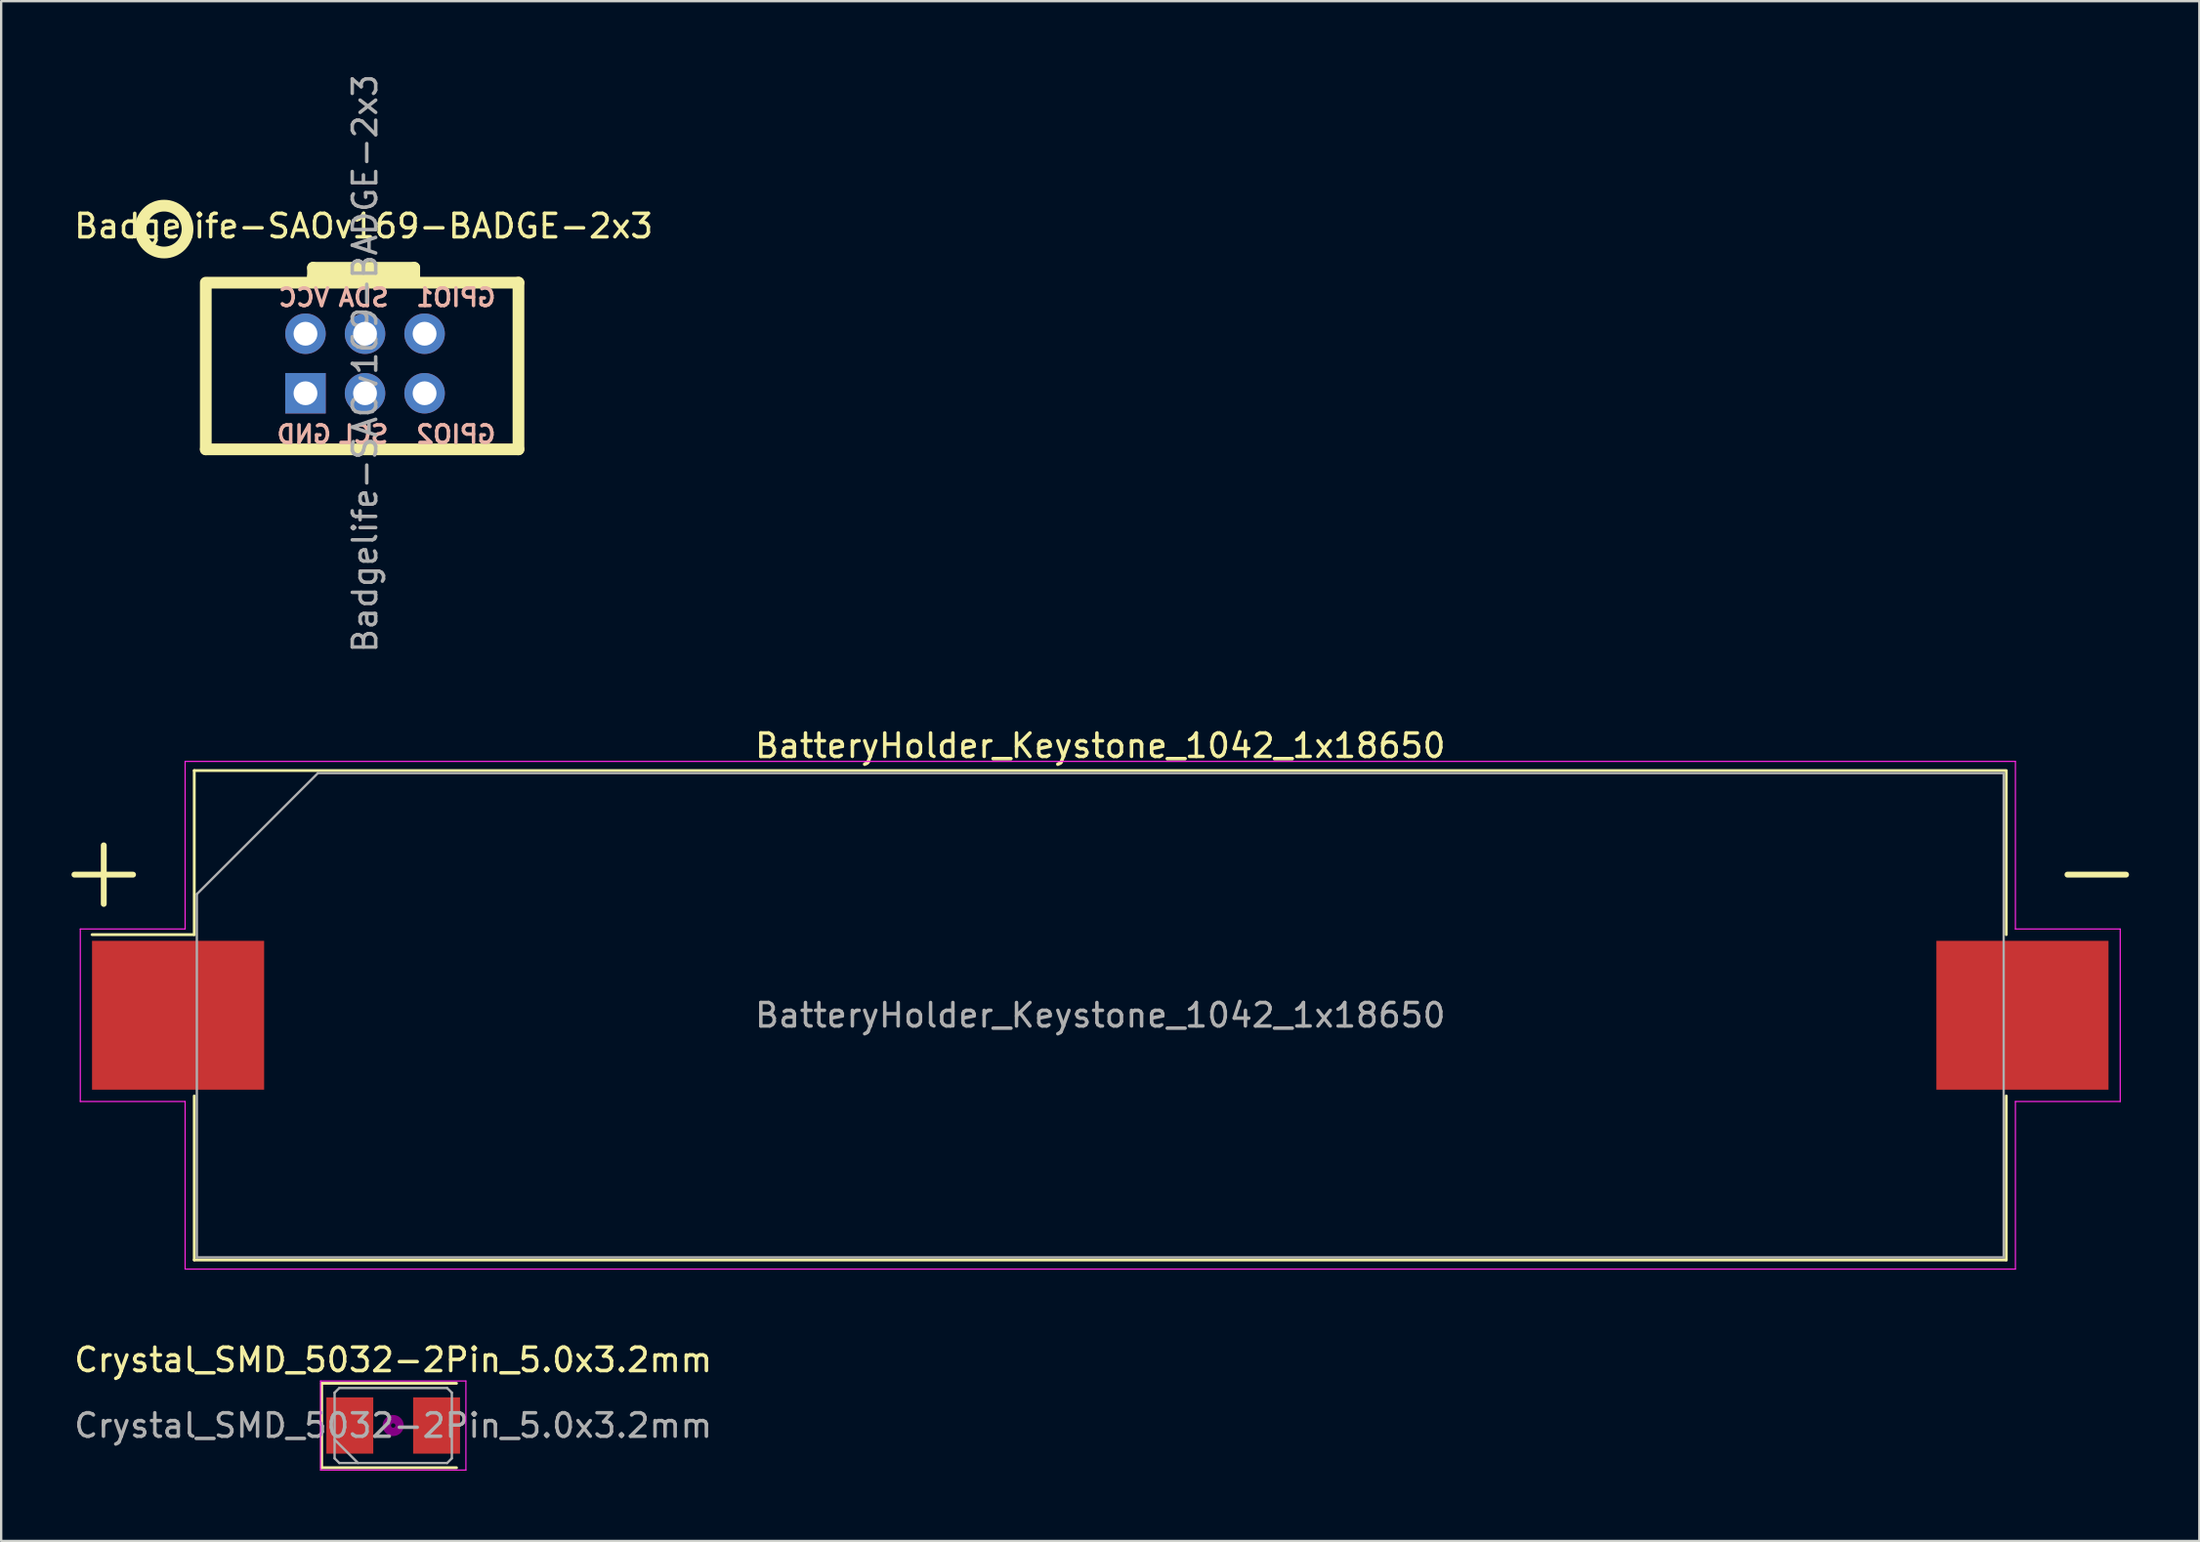
<source format=kicad_pcb>
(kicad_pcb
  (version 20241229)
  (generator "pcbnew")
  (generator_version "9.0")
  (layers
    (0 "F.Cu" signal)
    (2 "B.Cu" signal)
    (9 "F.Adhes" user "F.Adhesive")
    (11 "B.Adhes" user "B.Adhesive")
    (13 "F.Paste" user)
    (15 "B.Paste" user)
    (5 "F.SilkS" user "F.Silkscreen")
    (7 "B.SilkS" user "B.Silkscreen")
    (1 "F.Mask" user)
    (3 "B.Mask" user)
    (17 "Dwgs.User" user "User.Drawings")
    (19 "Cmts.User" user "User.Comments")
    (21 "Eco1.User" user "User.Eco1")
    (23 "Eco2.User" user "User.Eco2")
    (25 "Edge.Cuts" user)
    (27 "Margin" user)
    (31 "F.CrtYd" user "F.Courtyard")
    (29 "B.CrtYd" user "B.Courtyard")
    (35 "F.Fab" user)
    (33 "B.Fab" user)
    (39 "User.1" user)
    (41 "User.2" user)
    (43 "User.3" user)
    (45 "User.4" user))
  (footprint "Badgelife-SAOv169-BADGE-2x3"
    (layer "F.Cu")
    (at 12.458 12.438)
    (property "Reference" "Badgelife-SAOv169-BADGE-2x3" (at 0 -5.842 0) (layer "F.SilkS") (effects (font (size 1 1) (thickness 0.15))))
    (attr through_hole)
    (fp_line (start -6.731 3.683) (end -6.731 -3.429) (stroke (width 0.5) (type solid)) (layer "F.SilkS"))
    (fp_line (start -6.604 -3.429) (end 6.604 -3.429) (stroke (width 0.5) (type solid)) (layer "F.SilkS"))
    (fp_line (start -2.159 -4.064) (end 2.159 -4.064) (stroke (width 0.5) (type solid)) (layer "F.SilkS"))
    (fp_line (start -2.159 -3.556) (end -2.159 -4.064) (stroke (width 0.5) (type solid)) (layer "F.SilkS"))
    (fp_line (start 2.159 -4.064) (end 2.159 -3.556) (stroke (width 0.5) (type solid)) (layer "F.SilkS"))
    (fp_line (start 2.159 -3.683) (end -2.159 -3.683) (stroke (width 0.5) (type solid)) (layer "F.SilkS"))
    (fp_line (start 6.604 -3.429) (end 6.604 3.683) (stroke (width 0.5) (type solid)) (layer "F.SilkS"))
    (fp_line (start 6.604 3.683) (end -6.731 3.683) (stroke (width 0.5) (type solid)) (layer "F.SilkS"))
    (fp_circle (center -8.509 -5.715) (end -7.509 -5.715) (stroke (width 0.5) (type solid)) (fill no) (layer "F.SilkS"))
    (fp_text user "GND" (at -2.54 3.048 0) (layer "B.SilkS") (effects (font (size 0.75 0.75) (thickness 0.15)) (justify mirror)))
    (fp_text user "SCL" (at 0 3.048 0) (layer "B.SilkS") (effects (font (size 0.75 0.75) (thickness 0.15)) (justify mirror)))
    (fp_text user "SDA" (at 0 -2.794 0) (layer "B.SilkS") (effects (font (size 0.75 0.75) (thickness 0.15)) (justify mirror)))
    (fp_text user "GPIO2" (at 3.937 3.048 0) (layer "B.SilkS") (effects (font (size 0.75 0.75) (thickness 0.15)) (justify mirror)))
    (fp_text user "VCC" (at -2.54 -2.794 0) (layer "B.SilkS") (effects (font (size 0.75 0.75) (thickness 0.15)) (justify mirror)))
    (fp_text user "GPIO1" (at 3.937 -2.794 0) (layer "B.SilkS") (effects (font (size 0.75 0.75) (thickness 0.15)) (justify mirror)))
    (fp_text user "${REFERENCE}" (at 0.06 0.02 270) (layer "F.Fab") (effects (font (size 1 1) (thickness 0.15))))
    (pad "1" thru_hole oval (at -2.48 -1.25 270) (size 1.727 1.727) (drill 1.016) (layers "*.Cu" "*.Mask"))
    (pad "2" thru_hole rect (at -2.48 1.29 270) (size 1.727 1.727) (drill 1.016) (layers "*.Cu" "*.Mask"))
    (pad "3" thru_hole oval (at 0.06 -1.25 270) (size 1.727 1.727) (drill 1.016) (layers "*.Cu" "*.Mask"))
    (pad "4" thru_hole oval (at 0.06 1.29 270) (size 1.727 1.727) (drill 1.016) (layers "*.Cu" "*.Mask"))
    (pad "5" thru_hole circle (at 2.6 -1.25 270) (size 1.727 1.727) (drill 1.016) (layers "*.Cu" "*.Mask"))
    (pad "6" thru_hole circle (at 2.6 1.29 270) (size 1.727 1.727) (drill 1.016) (layers "*.Cu" "*.Mask")))
  (footprint "BatteryHolder_Keystone_1042_1x18650"
    (layer "F.Cu")
    (at 43.875 40.265)
    (property "Reference" "BatteryHolder_Keystone_1042_1x18650" (at 0 -11.5 0) (layer "F.SilkS") (effects (font (size 1 1) (thickness 0.15))))
    (attr smd)
    (fp_line (start -43.75 -6) (end -41.25 -6) (stroke (width 0.25) (type solid)) (layer "F.SilkS"))
    (fp_line (start -42.5 -4.75) (end -42.5 -7.25) (stroke (width 0.25) (type solid)) (layer "F.SilkS"))
    (fp_line (start -38.64 -10.44) (end -38.64 -3.44) (stroke (width 0.12) (type solid)) (layer "F.SilkS"))
    (fp_line (start -38.64 -3.44) (end -43 -3.44) (stroke (width 0.12) (type solid)) (layer "F.SilkS"))
    (fp_line (start -38.64 10.44) (end -38.64 3.44) (stroke (width 0.12) (type solid)) (layer "F.SilkS"))
    (fp_line (start 38.64 -10.44) (end -38.64 -10.44) (stroke (width 0.12) (type solid)) (layer "F.SilkS"))
    (fp_line (start 38.64 -3.44) (end 38.64 -10.42) (stroke (width 0.12) (type solid)) (layer "F.SilkS"))
    (fp_line (start 38.64 3.44) (end 38.64 10.44) (stroke (width 0.12) (type solid)) (layer "F.SilkS"))
    (fp_line (start 38.64 10.44) (end -38.64 10.44) (stroke (width 0.12) (type solid)) (layer "F.SilkS"))
    (fp_line (start 43.75 -6) (end 41.25 -6) (stroke (width 0.25) (type solid)) (layer "F.SilkS"))
    (fp_line (start -43.5 -3.68) (end -39.03 -3.68) (stroke (width 0.05) (type solid)) (layer "F.CrtYd"))
    (fp_line (start -43.5 3.68) (end -43.5 -3.68) (stroke (width 0.05) (type solid)) (layer "F.CrtYd"))
    (fp_line (start -39.03 -10.83) (end -39.03 -3.68) (stroke (width 0.05) (type solid)) (layer "F.CrtYd"))
    (fp_line (start -39.03 -10.83) (end 39.03 -10.83) (stroke (width 0.05) (type solid)) (layer "F.CrtYd"))
    (fp_line (start -39.03 3.68) (end -43.5 3.68) (stroke (width 0.05) (type solid)) (layer "F.CrtYd"))
    (fp_line (start -39.03 10.83) (end -39.03 3.68) (stroke (width 0.05) (type solid)) (layer "F.CrtYd"))
    (fp_line (start -39.03 10.83) (end 39.03 10.83) (stroke (width 0.05) (type solid)) (layer "F.CrtYd"))
    (fp_line (start 39.03 -10.83) (end 39.03 -3.68) (stroke (width 0.05) (type solid)) (layer "F.CrtYd"))
    (fp_line (start 39.03 3.68) (end 43.5 3.68) (stroke (width 0.05) (type solid)) (layer "F.CrtYd"))
    (fp_line (start 39.03 10.83) (end 39.03 3.68) (stroke (width 0.05) (type solid)) (layer "F.CrtYd"))
    (fp_line (start 43.5 -3.68) (end 39.03 -3.68) (stroke (width 0.05) (type solid)) (layer "F.CrtYd"))
    (fp_line (start 43.5 3.68) (end 43.5 -3.68) (stroke (width 0.05) (type solid)) (layer "F.CrtYd"))
    (fp_line (start -38.53 -5.168) (end -38.53 10.33) (stroke (width 0.1) (type solid)) (layer "F.Fab"))
    (fp_line (start -38.53 10.33) (end 38.53 10.33) (stroke (width 0.1) (type solid)) (layer "F.Fab"))
    (fp_line (start -33.367 -10.33) (end -38.53 -5.168) (stroke (width 0.1) (type solid)) (layer "F.Fab"))
    (fp_line (start -33.367 -10.33) (end 38.53 -10.33) (stroke (width 0.1) (type solid)) (layer "F.Fab"))
    (fp_line (start 38.53 -10.33) (end 38.53 10.33) (stroke (width 0.1) (type solid)) (layer "F.Fab"))
    (fp_text user "${REFERENCE}" (at 0 0 0) (layer "F.Fab") (effects (font (size 1 1) (thickness 0.15))))
    (pad "1" smd rect (at -39.33 0) (size 7.34 6.35) (layers "F.Cu" "F.Mask" "F.Paste"))
    (pad "2" smd rect (at 39.33 0) (size 7.34 6.35) (layers "F.Cu" "F.Mask" "F.Paste")))
  (footprint "Crystal_SMD_5032-2Pin_5.0x3.2mm"
    (layer "F.Cu")
    (at 13.72 57.768)
    (property "Reference" "Crystal_SMD_5032-2Pin_5.0x3.2mm" (at 0 -2.8 0) (layer "F.SilkS") (effects (font (size 1 1) (thickness 0.15))))
    (attr smd)
    (fp_line (start -3.05 -1.8) (end -3.05 1.8) (stroke (width 0.12) (type solid)) (layer "F.SilkS"))
    (fp_line (start -3.05 1.8) (end 2.7 1.8) (stroke (width 0.12) (type solid)) (layer "F.SilkS"))
    (fp_line (start 2.7 -1.8) (end -3.05 -1.8) (stroke (width 0.12) (type solid)) (layer "F.SilkS"))
    (fp_circle (center 0 0) (end 0.093 0) (stroke (width 0.187) (type solid)) (fill no) (layer "F.Adhes"))
    (fp_circle (center 0 0) (end 0.213 0) (stroke (width 0.133) (type solid)) (fill no) (layer "F.Adhes"))
    (fp_circle (center 0 0) (end 0.333 0) (stroke (width 0.133) (type solid)) (fill no) (layer "F.Adhes"))
    (fp_circle (center 0 0) (end 0.4 0) (stroke (width 0.1) (type solid)) (fill no) (layer "F.Adhes"))
    (fp_line (start -3.1 -1.9) (end -3.1 1.9) (stroke (width 0.05) (type solid)) (layer "F.CrtYd"))
    (fp_line (start -3.1 1.9) (end 3.1 1.9) (stroke (width 0.05) (type solid)) (layer "F.CrtYd"))
    (fp_line (start 3.1 -1.9) (end -3.1 -1.9) (stroke (width 0.05) (type solid)) (layer "F.CrtYd"))
    (fp_line (start 3.1 1.9) (end 3.1 -1.9) (stroke (width 0.05) (type solid)) (layer "F.CrtYd"))
    (fp_line (start -2.5 -1.4) (end -2.3 -1.6) (stroke (width 0.1) (type solid)) (layer "F.Fab"))
    (fp_line (start -2.5 0.6) (end -1.5 1.6) (stroke (width 0.1) (type solid)) (layer "F.Fab"))
    (fp_line (start -2.5 1.4) (end -2.5 -1.4) (stroke (width 0.1) (type solid)) (layer "F.Fab"))
    (fp_line (start -2.3 -1.6) (end 2.3 -1.6) (stroke (width 0.1) (type solid)) (layer "F.Fab"))
    (fp_line (start -2.3 1.6) (end -2.5 1.4) (stroke (width 0.1) (type solid)) (layer "F.Fab"))
    (fp_line (start 2.3 -1.6) (end 2.5 -1.4) (stroke (width 0.1) (type solid)) (layer "F.Fab"))
    (fp_line (start 2.3 1.6) (end -2.3 1.6) (stroke (width 0.1) (type solid)) (layer "F.Fab"))
    (fp_line (start 2.5 -1.4) (end 2.5 1.4) (stroke (width 0.1) (type solid)) (layer "F.Fab"))
    (fp_line (start 2.5 1.4) (end 2.3 1.6) (stroke (width 0.1) (type solid)) (layer "F.Fab"))
    (fp_text user "${REFERENCE}" (at 0 0 0) (layer "F.Fab") (effects (font (size 1 1) (thickness 0.15))))
    (pad "1" smd rect (at -1.85 0) (size 2 2.4) (layers "F.Cu" "F.Mask" "F.Paste"))
    (pad "2" smd rect (at 1.85 0) (size 2 2.4) (layers "F.Cu" "F.Mask" "F.Paste")))
  (gr_rect
    (start -3 -3)
    (end 90.75 62.693)
    (stroke (width 0.1) (type default))
    (fill no)
    (layer "Edge.Cuts")))
</source>
